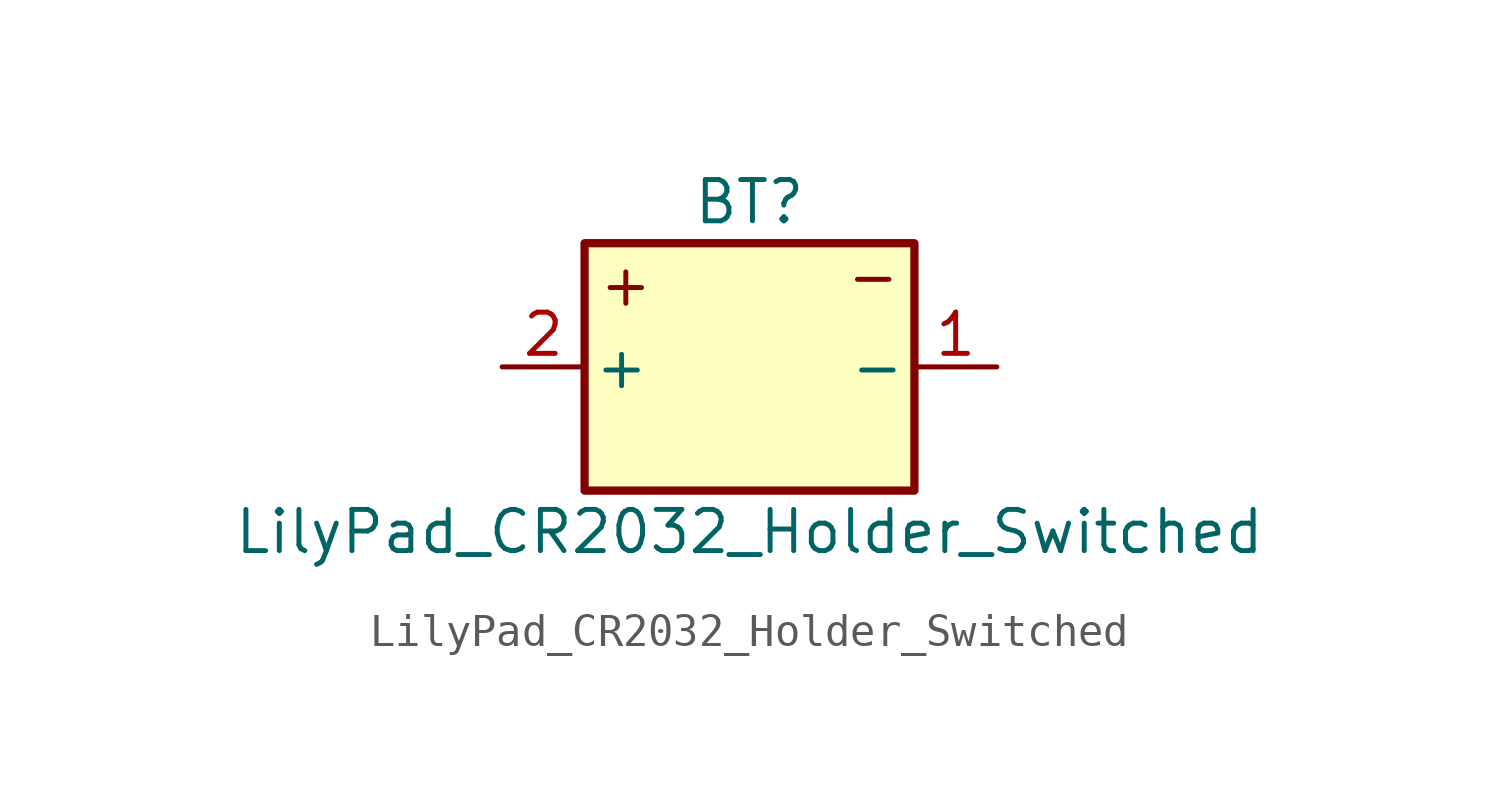
<source format=kicad_sym>
(kicad_symbol_lib
  (version 20241209)
  (generator "kicad_symbol_editor")
  (generator_version "9.0")
  (symbol "LilyPad_CR2032_Holder_Switched"
    (pin_names
      (offset 0.254))
    (property "Reference" "BT"
      (at 0 5.08 0)
      (effects (font (size 1.27 1.27))))
    (property "Value" "LilyPad_CR2032_Holder_Switched"
      (at 0 -5.08 0)
      (effects (font (size 1.27 1.27))))
    (symbol "LilyPad_CR2032_Holder_Switched_0_1"
      (rectangle (start -5.08 3.81) (end 5.08 -3.81) (stroke (width 0.254) (type default)) (fill (type background)))
      (text "+" (at -3.81 2.54 0) (effects (font (size 1.27 1.27))))
      (text "-" (at 3.81 2.794 0) (effects (font (size 1.27 1.27)))))
    (symbol "LilyPad_CR2032_Holder_Switched_1_1"
      (pin output line (at -7.62 0 0) (length 2.54) (name "+" (effects (font (size 1.27 1.27)))) (number "2" (effects (font (size 1.27 1.27)))))
      (pin output line (at 7.62 0 180) (length 2.54) (name "-" (effects (font (size 1.27 1.27)))) (number "1" (effects (font (size 1.27 1.27))))))))
</source>
